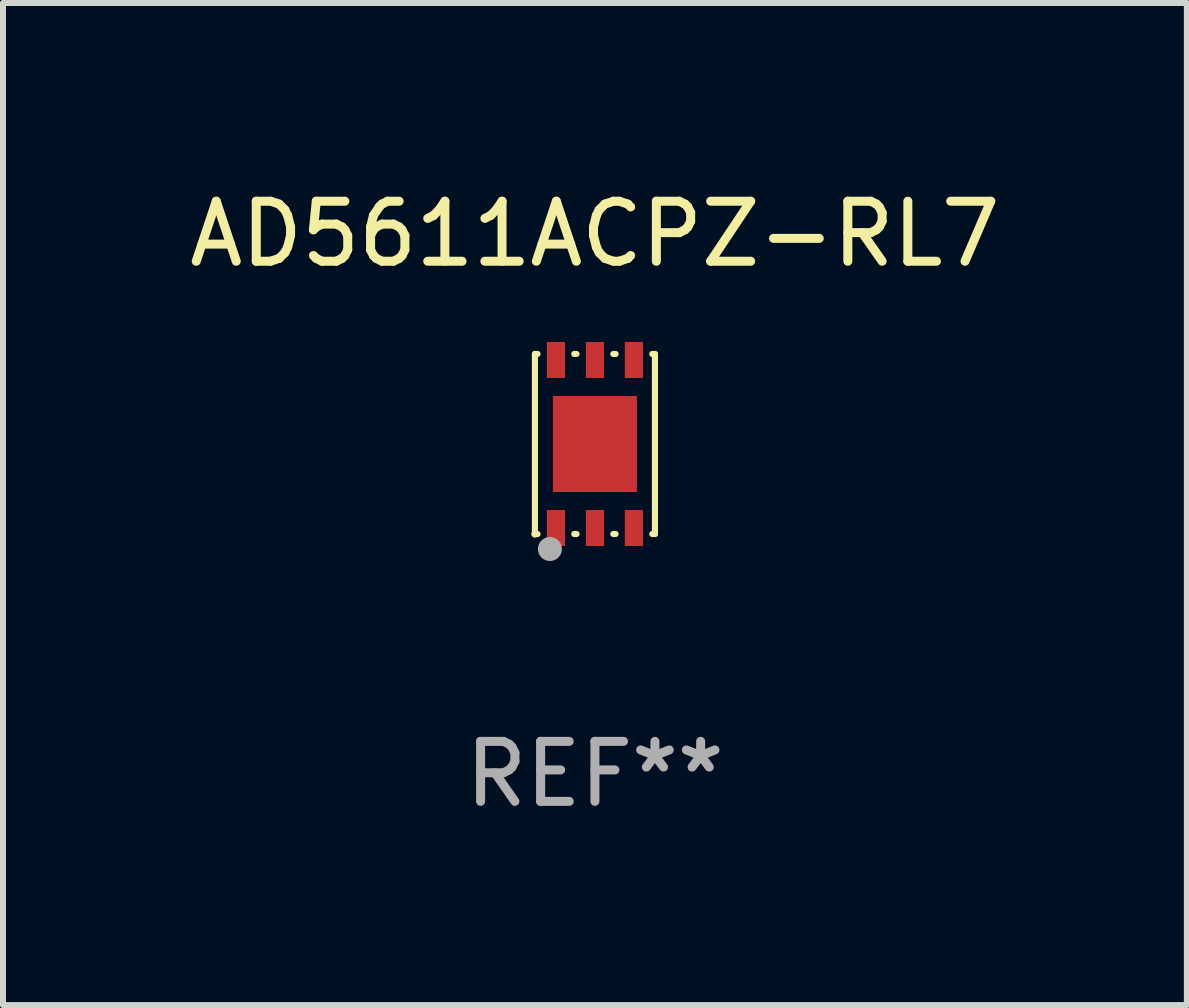
<source format=kicad_pcb>
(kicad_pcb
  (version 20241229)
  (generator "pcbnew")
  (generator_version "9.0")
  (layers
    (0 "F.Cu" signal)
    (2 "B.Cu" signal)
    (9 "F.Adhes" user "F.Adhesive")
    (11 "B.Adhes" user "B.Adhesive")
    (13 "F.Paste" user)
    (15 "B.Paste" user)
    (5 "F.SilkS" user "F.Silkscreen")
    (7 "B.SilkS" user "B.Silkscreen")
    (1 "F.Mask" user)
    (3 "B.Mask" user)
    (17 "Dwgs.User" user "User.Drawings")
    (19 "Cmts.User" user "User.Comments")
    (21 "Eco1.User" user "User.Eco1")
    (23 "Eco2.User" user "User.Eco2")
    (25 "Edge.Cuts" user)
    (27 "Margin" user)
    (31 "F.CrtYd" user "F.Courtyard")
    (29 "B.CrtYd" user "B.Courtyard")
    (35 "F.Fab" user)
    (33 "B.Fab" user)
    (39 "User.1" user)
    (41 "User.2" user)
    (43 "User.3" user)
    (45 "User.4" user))
  (footprint "AD5611ACPZ-RL7"
    (layer "F.Cu")
    (at 6.863 4.348)
    (property "Reference" "AD5611ACPZ-RL7" (at 0 -3.5 0) (layer "F.SilkS") (effects (font (size 1 1) (thickness 0.15))))
    (attr through_hole)
    (fp_line (start -1 -1.5) (end -1 1.5) (stroke (width 0.102) (type solid)) (layer "F.SilkS"))
    (fp_line (start -1 1.5) (end -0.956 1.5) (stroke (width 0.102) (type solid)) (layer "F.SilkS"))
    (fp_line (start -0.956 -1.5) (end -1 -1.5) (stroke (width 0.102) (type solid)) (layer "F.SilkS"))
    (fp_line (start -0.344 1.5) (end -0.306 1.5) (stroke (width 0.102) (type solid)) (layer "F.SilkS"))
    (fp_line (start -0.306 -1.5) (end -0.344 -1.5) (stroke (width 0.102) (type solid)) (layer "F.SilkS"))
    (fp_line (start 0.306 1.5) (end 0.344 1.5) (stroke (width 0.102) (type solid)) (layer "F.SilkS"))
    (fp_line (start 0.344 -1.5) (end 0.306 -1.5) (stroke (width 0.102) (type solid)) (layer "F.SilkS"))
    (fp_line (start 0.956 1.5) (end 1 1.5) (stroke (width 0.102) (type solid)) (layer "F.SilkS"))
    (fp_line (start 1 -1.5) (end 0.956 -1.5) (stroke (width 0.102) (type solid)) (layer "F.SilkS"))
    (fp_line (start 1 1.5) (end 1 -1.5) (stroke (width 0.102) (type solid)) (layer "F.SilkS"))
    (fp_circle (center -1 1.5) (end -0.97 1.5) (stroke (width 0.06) (type solid)) (fill no) (layer "F.SilkS"))
    (fp_circle (center -0.75 1.75) (end -0.65 1.75) (stroke (width 0.2) (type solid)) (fill no) (layer "F.Fab"))
    (fp_text user "REF**" (at 0 5.5 0) (layer "F.Fab") (effects (font (size 1 1) (thickness 0.15))))
    (pad "1" smd rect (at -0.65 1.4) (size 0.302 0.6) (layers "F.Cu" "F.Mask" "F.Paste"))
    (pad "2" smd rect (at 0.000127 1.4) (size 0.302 0.6) (layers "F.Cu" "F.Mask" "F.Paste"))
    (pad "3" smd rect (at 0.65 1.4) (size 0.302 0.6) (layers "F.Cu" "F.Mask" "F.Paste"))
    (pad "4" smd rect (at 0.65 -1.4) (size 0.302 0.6) (layers "F.Cu" "F.Mask" "F.Paste"))
    (pad "5" smd rect (at 0.000127 -1.4) (size 0.302 0.6) (layers "F.Cu" "F.Mask" "F.Paste"))
    (pad "6" smd rect (at -0.65 -1.4) (size 0.302 0.6) (layers "F.Cu" "F.Mask" "F.Paste"))
    (pad "7" smd rect (at 0.000127 0.000127) (size 1.4 1.6) (layers "F.Cu" "F.Mask" "F.Paste")))
  (gr_rect
    (start -3 -3)
    (end 16.726 13.697)
    (stroke (width 0.1) (type default))
    (fill no)
    (layer "Edge.Cuts")))
</source>
